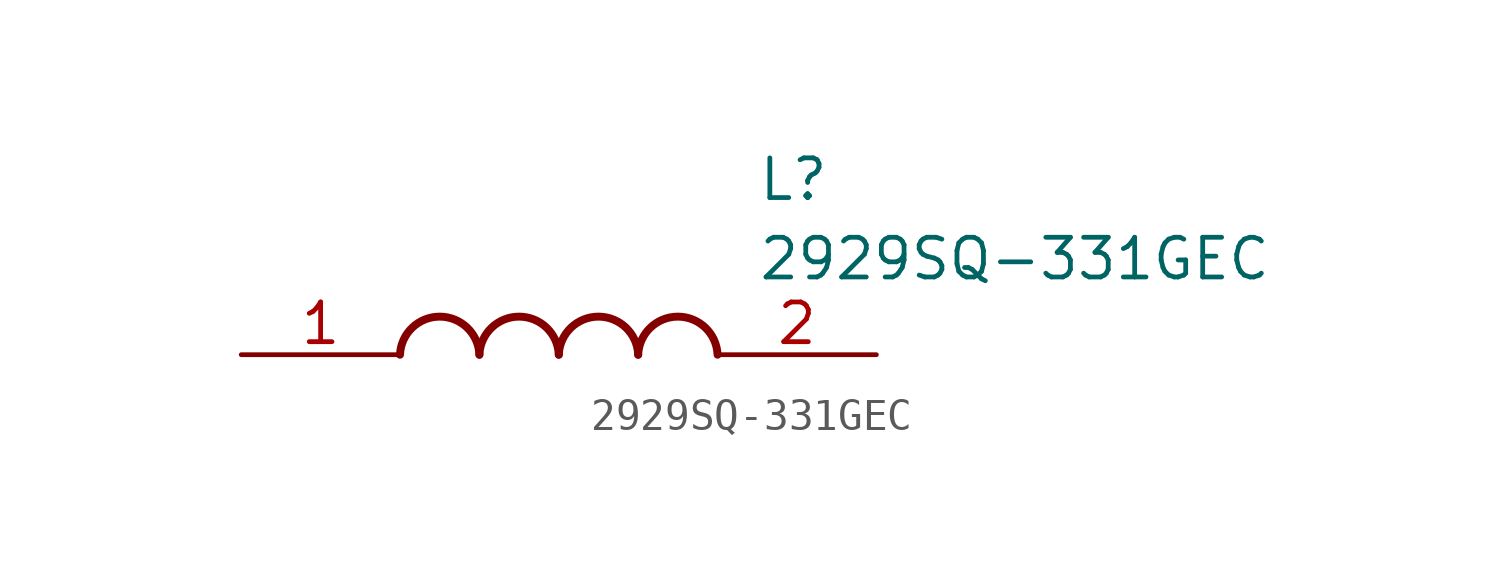
<source format=kicad_sym>
(kicad_symbol_lib
  (version 20211014)
  (generator SamacSys_ECAD_Model)
  (symbol "2929SQ-331GEC"
    (pin_names hide)
    (property "Reference" "L"
      (at 16.51 6.35 0)
      (effects (font (size 1.27 1.27)) (justify left top)))
    (property "Value" "2929SQ-331GEC"
      (at 16.51 3.81 0)
      (effects (font (size 1.27 1.27)) (justify left top)))
    (arc
      (start 7.62 0)
      (mid 6.35 1.219)
      (end 5.08 0)
      (stroke (width 0.254) (type default))
      (fill (type none)))
    (arc
      (start 10.16 0)
      (mid 8.89 1.219)
      (end 7.62 0)
      (stroke (width 0.254) (type default))
      (fill (type none)))
    (arc
      (start 12.7 0)
      (mid 11.43 1.219)
      (end 10.16 0)
      (stroke (width 0.254) (type default))
      (fill (type none)))
    (arc
      (start 15.24 0)
      (mid 13.97 1.219)
      (end 12.7 0)
      (stroke (width 0.254) (type default))
      (fill (type none)))
    (pin passive line
      (at 0 0 0)
      (length 5.08)
      (name "1" (effects (font (size 1.27 1.27))))
      (number "1" (effects (font (size 1.27 1.27)))))
    (pin passive line
      (at 20.32 0 180)
      (length 5.08)
      (name "2" (effects (font (size 1.27 1.27))))
      (number "2" (effects (font (size 1.27 1.27)))))))
</source>
